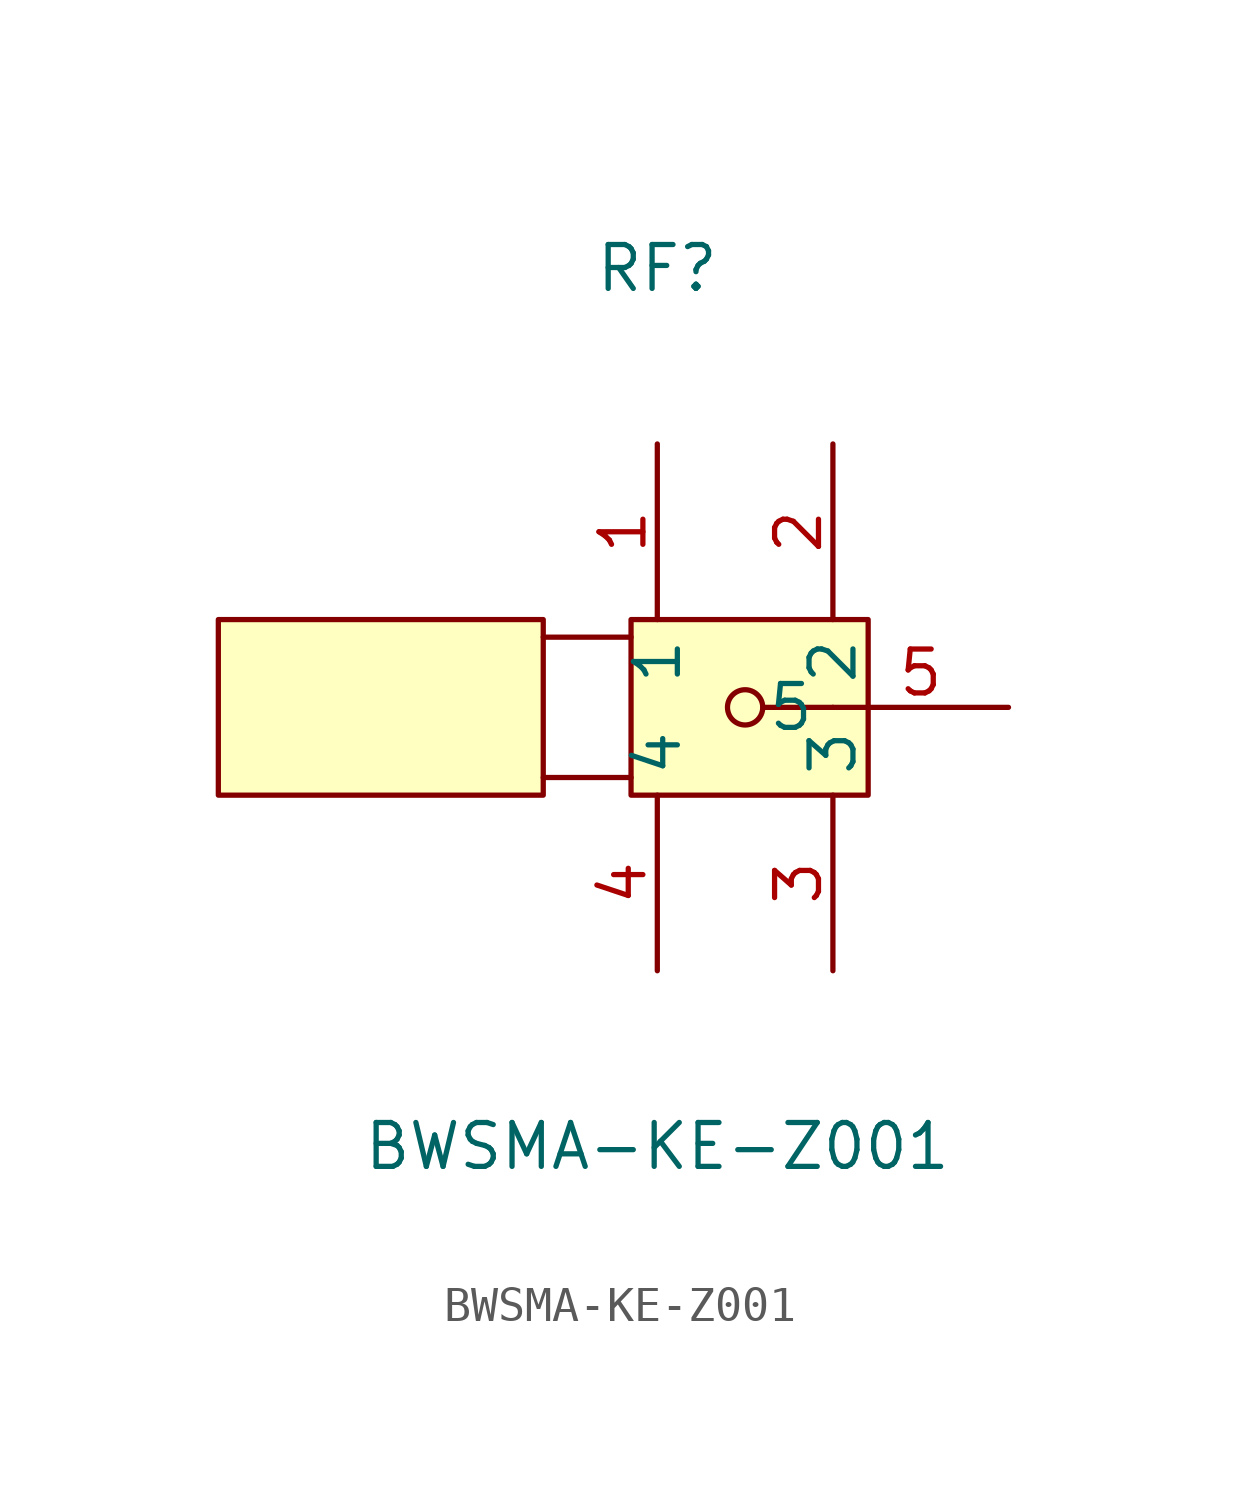
<source format=kicad_sym>
(kicad_symbol_lib
  (version 20211014)
  (generator https://github.com/uPesy/easyeda2kicad.py)
  (symbol "BWSMA-KE-Z001"
    (property "Reference" "RF"
      (at 0 12.70 0)
      (effects (font (size 1.27 1.27))))
    (property "Value" "BWSMA-KE-Z001"
      (at 0 -12.70 0)
      (effects (font (size 1.27 1.27))))
    (symbol "BWSMA-KE-Z001_0_1"
      (rectangle (start -12.70 2.54) (end -3.30 -2.54) (stroke (width 0) (type default) (color 0 0 0 0)) (fill (type background)))
      (rectangle (start -0.76 2.54) (end 6.10 -2.54) (stroke (width 0) (type default) (color 0 0 0 0)) (fill (type background)))
      (circle (center 2.54 -0.00) (radius 0.51) (stroke (width 0) (type default) (color 0 0 0 0)) (fill (type none)))
      (polyline (pts (xy -3.30 2.03) (xy -0.76 2.03)) (stroke (width 0) (type default) (color 0 0 0 0)) (fill (type none)))
      (polyline (pts (xy -3.30 -2.03) (xy -0.76 -2.03)) (stroke (width 0) (type default) (color 0 0 0 0)) (fill (type none)))
      (polyline (pts (xy 3.05 -0.00) (xy 5.08 -0.00)) (stroke (width 0) (type default) (color 0 0 0 0)) (fill (type none)))
      (pin unspecified line (at 0.00 7.62 270) (length 5.08) (name "1" (effects (font (size 1.27 1.27)))) (number "1" (effects (font (size 1.27 1.27)))))
      (pin unspecified line (at 5.08 7.62 270) (length 5.08) (name "2" (effects (font (size 1.27 1.27)))) (number "2" (effects (font (size 1.27 1.27)))))
      (pin unspecified line (at 5.08 -7.62 90) (length 5.08) (name "3" (effects (font (size 1.27 1.27)))) (number "3" (effects (font (size 1.27 1.27)))))
      (pin unspecified line (at 0.00 -7.62 90) (length 5.08) (name "4" (effects (font (size 1.27 1.27)))) (number "4" (effects (font (size 1.27 1.27)))))
      (pin unspecified line (at 10.16 -0.00 180) (length 5.08) (name "5" (effects (font (size 1.27 1.27)))) (number "5" (effects (font (size 1.27 1.27))))))))
</source>
